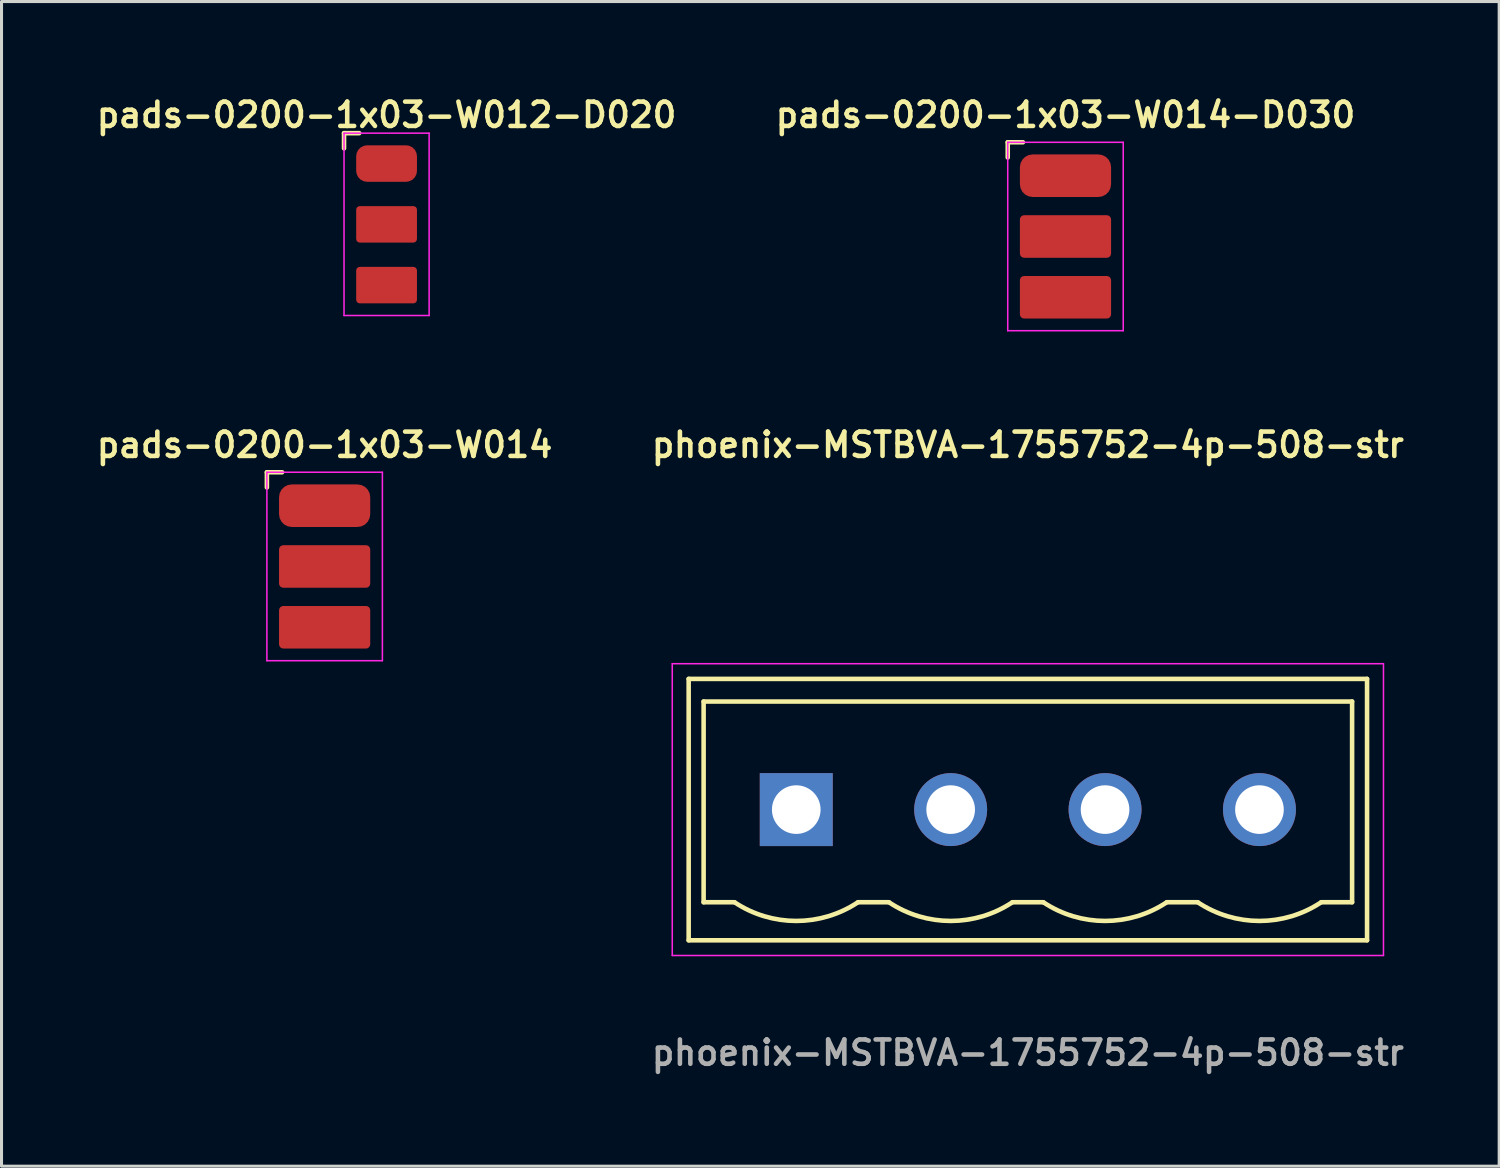
<source format=kicad_pcb>
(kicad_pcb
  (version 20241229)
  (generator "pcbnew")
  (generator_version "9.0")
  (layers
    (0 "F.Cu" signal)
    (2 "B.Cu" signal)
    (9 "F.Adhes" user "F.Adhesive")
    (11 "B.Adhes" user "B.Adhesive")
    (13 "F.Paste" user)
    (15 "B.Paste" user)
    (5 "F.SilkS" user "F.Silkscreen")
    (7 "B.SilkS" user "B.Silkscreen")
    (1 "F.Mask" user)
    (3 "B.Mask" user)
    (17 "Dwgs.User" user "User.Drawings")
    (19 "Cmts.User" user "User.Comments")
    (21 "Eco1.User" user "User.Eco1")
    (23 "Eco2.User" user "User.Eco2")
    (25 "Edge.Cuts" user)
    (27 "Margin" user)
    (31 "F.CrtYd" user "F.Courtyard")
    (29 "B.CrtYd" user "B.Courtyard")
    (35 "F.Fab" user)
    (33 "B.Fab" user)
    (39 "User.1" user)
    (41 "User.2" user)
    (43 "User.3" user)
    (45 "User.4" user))
  (footprint "pads-0200-1x03-W014-D030"
    (layer "F.Cu")
    (at 32.006 4.731)
    (property "Reference" "pads-0200-1x03-W014-D030" (at 0 -4 0) (unlocked yes) (layer "F.SilkS") (effects (font (size 0.8 0.8) (thickness 0.15))))
    (attr smd)
    (fp_line (start -1.9 -3.1) (end -1.4 -3.1) (stroke (width 0.15) (type default)) (layer "F.SilkS"))
    (fp_line (start -1.9 -2.6) (end -1.9 -3.1) (stroke (width 0.15) (type default)) (layer "F.SilkS"))
    (fp_line (start -1.9 -3.1) (end 1.9 -3.1) (stroke (width 0.05) (type default)) (layer "F.CrtYd"))
    (fp_line (start -1.9 3.1) (end -1.9 -3.1) (stroke (width 0.05) (type default)) (layer "F.CrtYd"))
    (fp_line (start 1.9 -3.1) (end 1.9 3.1) (stroke (width 0.05) (type default)) (layer "F.CrtYd"))
    (fp_line (start 1.9 3.1) (end -1.9 3.1) (stroke (width 0.05) (type default)) (layer "F.CrtYd"))
    (pad "1" smd roundrect (at 0 -2) (size 3 1.4) (layers "F.Cu" "F.Mask" "F.Paste") (roundrect_rratio 0.3))
    (pad "2" smd roundrect (at 0 0) (size 3 1.4) (layers "F.Cu" "F.Mask" "F.Paste") (roundrect_rratio 0.1))
    (pad "3" smd roundrect (at 0 2) (size 3 1.4) (layers "F.Cu" "F.Mask" "F.Paste") (roundrect_rratio 0.1)))
  (footprint "pads-0200-1x03-W014"
    (layer "F.Cu")
    (at 7.631 15.588)
    (property "Reference" "pads-0200-1x03-W014" (at 0 -4 0) (unlocked yes) (layer "F.SilkS") (effects (font (size 0.8 0.8) (thickness 0.15))))
    (attr smd)
    (fp_line (start -1.9 -3.1) (end -1.4 -3.1) (stroke (width 0.15) (type default)) (layer "F.SilkS"))
    (fp_line (start -1.9 -2.6) (end -1.9 -3.1) (stroke (width 0.15) (type default)) (layer "F.SilkS"))
    (fp_line (start -1.9 -3.1) (end 1.9 -3.1) (stroke (width 0.05) (type default)) (layer "F.CrtYd"))
    (fp_line (start -1.9 3.1) (end -1.9 -3.1) (stroke (width 0.05) (type default)) (layer "F.CrtYd"))
    (fp_line (start 1.9 -3.1) (end 1.9 3.1) (stroke (width 0.05) (type default)) (layer "F.CrtYd"))
    (fp_line (start 1.9 3.1) (end -1.9 3.1) (stroke (width 0.05) (type default)) (layer "F.CrtYd"))
    (pad "1" smd roundrect (at 0 -2) (size 3 1.4) (layers "F.Cu" "F.Mask" "F.Paste") (roundrect_rratio 0.3))
    (pad "2" smd roundrect (at 0 0) (size 3 1.4) (layers "F.Cu" "F.Mask" "F.Paste") (roundrect_rratio 0.1))
    (pad "3" smd roundrect (at 0 2) (size 3 1.4) (layers "F.Cu" "F.Mask" "F.Paste") (roundrect_rratio 0.1)))
  (footprint "phoenix-MSTBVA-1755752-4p-508-str"
    (layer "F.Cu")
    (at 30.768 23.587)
    (property "Reference" "phoenix-MSTBVA-1755752-4p-508-str" (at 0 -12 0) (unlocked yes) (layer "F.SilkS") (effects (font (size 0.8 0.8) (thickness 0.15))))
    (attr through_hole)
    (fp_line (start -11.16 -4.3) (end 11.16 -4.3) (stroke (width 0.15) (type default)) (layer "F.SilkS"))
    (fp_line (start -11.16 4.3) (end -11.16 -4.3) (stroke (width 0.15) (type default)) (layer "F.SilkS"))
    (fp_line (start -11.16 4.3) (end 11.16 4.3) (stroke (width 0.15) (type default)) (layer "F.SilkS"))
    (fp_line (start -10.668 -3.556) (end 10.668 -3.556) (stroke (width 0.15) (type default)) (layer "F.SilkS"))
    (fp_line (start -10.668 3.048) (end -10.668 -3.556) (stroke (width 0.15) (type default)) (layer "F.SilkS"))
    (fp_line (start -9.652 3.048) (end -10.668 3.048) (stroke (width 0.15) (type default)) (layer "F.SilkS"))
    (fp_line (start -4.572 3.048) (end -5.588 3.048) (stroke (width 0.15) (type default)) (layer "F.SilkS"))
    (fp_line (start -0.508 3.048) (end 0.508 3.048) (stroke (width 0.15) (type default)) (layer "F.SilkS"))
    (fp_line (start 4.572 3.048) (end 5.588 3.048) (stroke (width 0.15) (type default)) (layer "F.SilkS"))
    (fp_line (start 10.668 -3.556) (end 10.668 3.048) (stroke (width 0.15) (type default)) (layer "F.SilkS"))
    (fp_line (start 10.668 3.048) (end 9.652 3.048) (stroke (width 0.15) (type default)) (layer "F.SilkS"))
    (fp_line (start 11.16 4.3) (end 11.16 -4.3) (stroke (width 0.15) (type default)) (layer "F.SilkS"))
    (fp_arc (start -5.588001 3.047999) (mid -7.62 3.663239) (end -9.651999 3.048) (stroke (width 0.15) (type default)) (layer "F.SilkS"))
    (fp_arc (start -0.508 3.048) (mid -2.54 3.66324) (end -4.572 3.048) (stroke (width 0.15) (type default)) (layer "F.SilkS"))
    (fp_arc (start 4.571999 3.047999) (mid 2.54 3.663239) (end 0.508001 3.048) (stroke (width 0.15) (type default)) (layer "F.SilkS"))
    (fp_arc (start 9.652 3.048) (mid 7.62 3.66324) (end 5.588001 3.048) (stroke (width 0.15) (type default)) (layer "F.SilkS"))
    (fp_line (start -11.7 -4.8) (end -11.7 4.8) (stroke (width 0.05) (type default)) (layer "F.CrtYd"))
    (fp_line (start -11.7 4.8) (end 11.7 4.8) (stroke (width 0.05) (type default)) (layer "F.CrtYd"))
    (fp_line (start 11.7 -4.8) (end -11.7 -4.8) (stroke (width 0.05) (type default)) (layer "F.CrtYd"))
    (fp_line (start 11.7 4.8) (end 11.7 -4.8) (stroke (width 0.05) (type default)) (layer "F.CrtYd"))
    (fp_text user "${REFERENCE}" (at 0 8 0) (unlocked yes) (layer "F.Fab") (effects (font (size 0.8 0.8) (thickness 0.15))))
    (pad "1" thru_hole rect (at -7.62 0) (size 2.4 2.4) (drill 1.6) (layers "*.Cu" "*.Mask"))
    (pad "2" thru_hole circle (at -2.54 0) (size 2.4 2.4) (drill 1.6) (layers "*.Cu" "*.Mask"))
    (pad "3" thru_hole circle (at 2.54 0) (size 2.4 2.4) (drill 1.6) (layers "*.Cu" "*.Mask"))
    (pad "4" thru_hole circle (at 7.62 0) (size 2.4 2.4) (drill 1.6) (layers "*.Cu" "*.Mask")))
  (footprint "pads-0200-1x03-W012-D020"
    (layer "F.Cu")
    (at 9.669 4.331)
    (property "Reference" "pads-0200-1x03-W012-D020" (at 0 -3.6 0) (unlocked yes) (layer "F.SilkS") (effects (font (size 0.8 0.8) (thickness 0.15))))
    (attr smd)
    (fp_line (start -1.4 -3) (end -0.9 -3) (stroke (width 0.15) (type default)) (layer "F.SilkS"))
    (fp_line (start -1.4 -2.5) (end -1.4 -3) (stroke (width 0.15) (type default)) (layer "F.SilkS"))
    (fp_line (start -1.4 -3) (end 1.4 -3) (stroke (width 0.05) (type default)) (layer "F.CrtYd"))
    (fp_line (start -1.4 3) (end -1.4 -3) (stroke (width 0.05) (type default)) (layer "F.CrtYd"))
    (fp_line (start 1.4 -3) (end 1.4 3) (stroke (width 0.05) (type default)) (layer "F.CrtYd"))
    (fp_line (start 1.4 3) (end -1.4 3) (stroke (width 0.05) (type default)) (layer "F.CrtYd"))
    (pad "1" smd roundrect (at 0 -2) (size 2 1.2) (layers "F.Cu" "F.Mask" "F.Paste") (roundrect_rratio 0.3))
    (pad "2" smd roundrect (at 0 0) (size 2 1.2) (layers "F.Cu" "F.Mask" "F.Paste") (roundrect_rratio 0.1))
    (pad "3" smd roundrect (at 0 2) (size 2 1.2) (layers "F.Cu" "F.Mask" "F.Paste") (roundrect_rratio 0.1)))
  (gr_rect
    (start -3 -3)
    (end 46.275 35.319)
    (stroke (width 0.1) (type default))
    (fill no)
    (layer "Edge.Cuts")))
</source>
